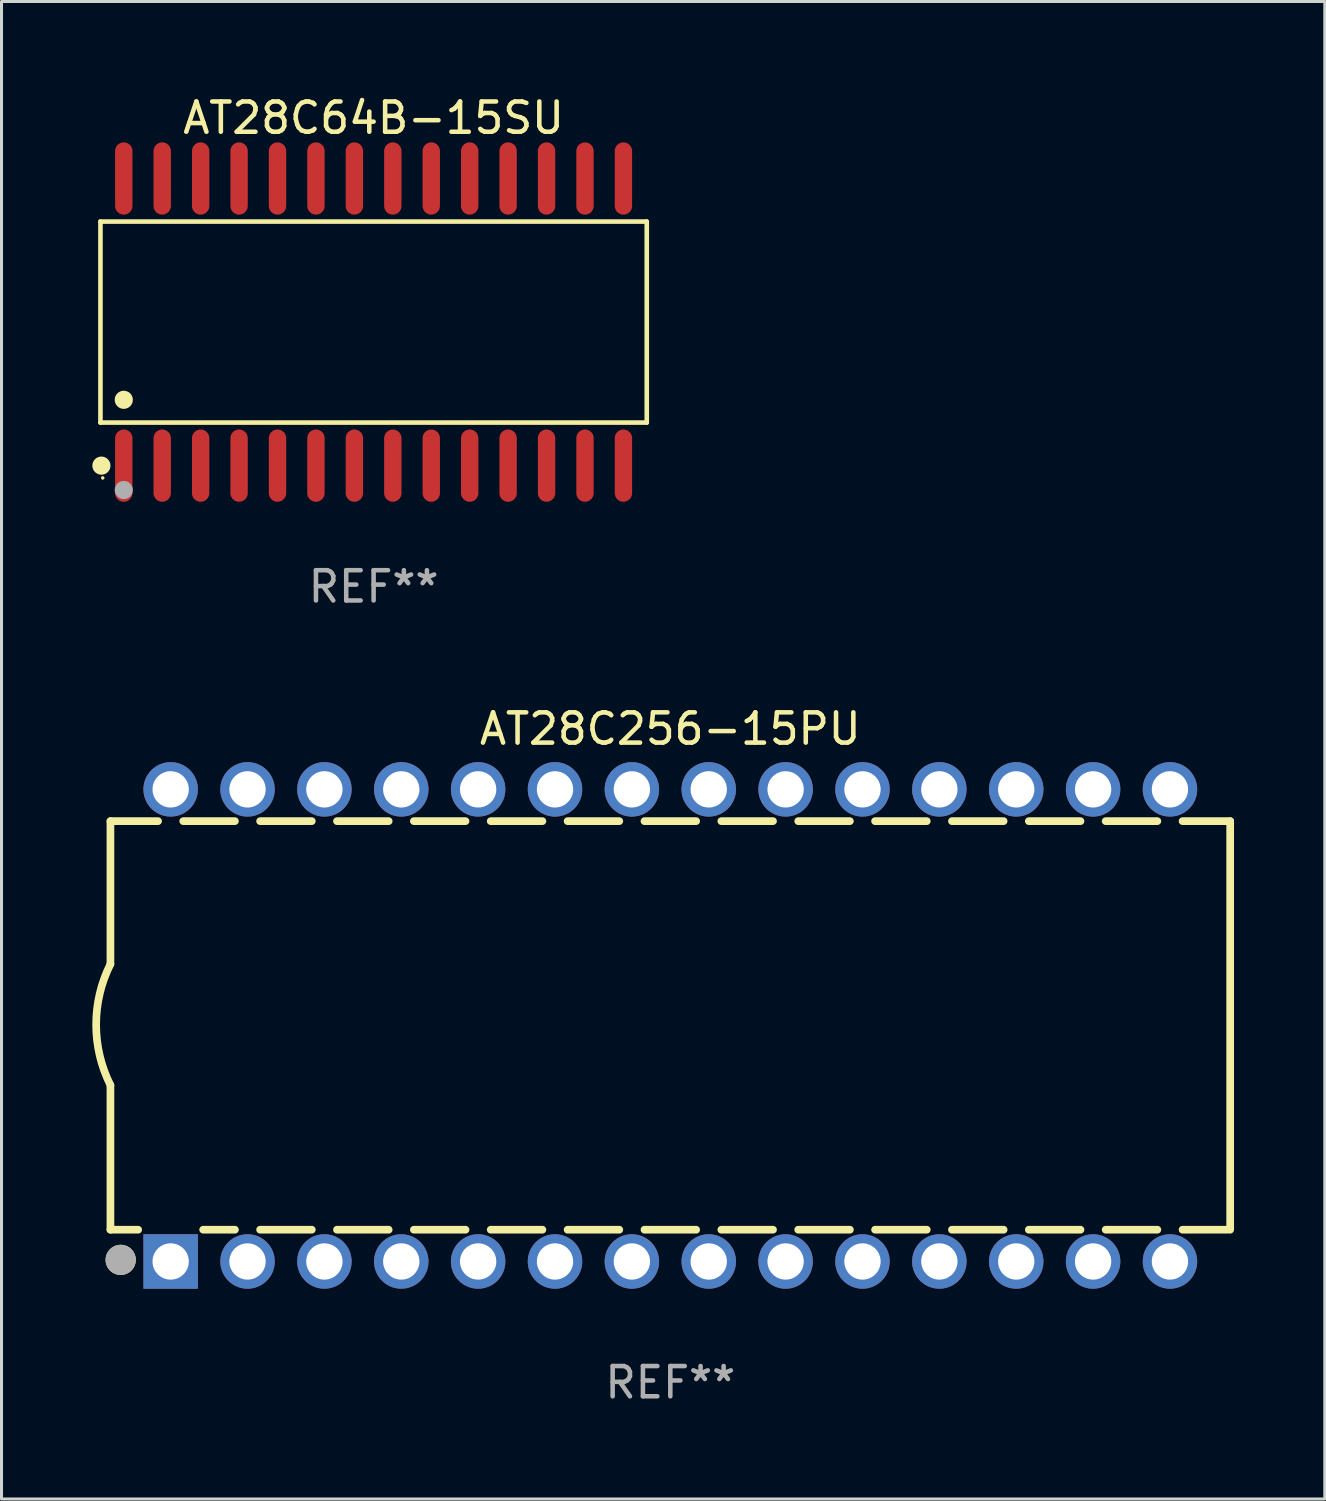
<source format=kicad_pcb>
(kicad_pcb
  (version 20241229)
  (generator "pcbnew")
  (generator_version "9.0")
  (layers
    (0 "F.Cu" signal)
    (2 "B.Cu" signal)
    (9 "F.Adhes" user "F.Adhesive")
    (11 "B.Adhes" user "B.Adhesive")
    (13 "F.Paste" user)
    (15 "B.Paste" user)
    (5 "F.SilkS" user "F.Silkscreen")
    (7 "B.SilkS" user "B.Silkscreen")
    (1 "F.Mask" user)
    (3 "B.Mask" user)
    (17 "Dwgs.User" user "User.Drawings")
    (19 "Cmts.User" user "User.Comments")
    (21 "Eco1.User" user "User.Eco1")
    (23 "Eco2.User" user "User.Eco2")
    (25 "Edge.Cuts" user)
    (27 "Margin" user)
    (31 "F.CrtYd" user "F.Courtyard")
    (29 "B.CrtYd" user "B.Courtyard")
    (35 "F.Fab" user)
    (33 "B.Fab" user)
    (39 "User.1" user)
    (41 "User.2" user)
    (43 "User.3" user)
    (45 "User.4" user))
  (footprint "AT28C64B-15SU"
    (layer "F.Cu")
    (at 9.295 7.592)
    (property "Reference" "AT28C64B-15SU" (at 0 -6.744 0) (layer "F.SilkS") (effects (font (size 1 1) (thickness 0.15))))
    (attr through_hole)
    (fp_line (start -9.026 -3.321) (end 9.026 -3.321) (stroke (width 0.152) (type solid)) (layer "F.SilkS"))
    (fp_line (start -9.026 3.321) (end -9.026 -3.321) (stroke (width 0.152) (type solid)) (layer "F.SilkS"))
    (fp_line (start 9.026 -3.321) (end 9.026 3.321) (stroke (width 0.152) (type solid)) (layer "F.SilkS"))
    (fp_line (start 9.026 3.321) (end -9.026 3.321) (stroke (width 0.152) (type solid)) (layer "F.SilkS"))
    (fp_circle (center -8.994 4.744) (end -8.844 4.744) (stroke (width 0.3) (type solid)) (fill no) (layer "F.SilkS"))
    (fp_circle (center -8.95 5.15) (end -8.92 5.15) (stroke (width 0.06) (type solid)) (fill no) (layer "F.SilkS"))
    (fp_circle (center -8.255 2.569) (end -8.105 2.569) (stroke (width 0.3) (type solid)) (fill no) (layer "F.SilkS"))
    (fp_circle (center -8.255 5.55) (end -8.105 5.55) (stroke (width 0.3) (type solid)) (fill no) (layer "F.Fab"))
    (fp_text user "REF**" (at 0 8.744 0) (layer "F.Fab") (effects (font (size 1 1) (thickness 0.15))))
    (pad "1" smd oval (at -8.255 4.744) (size 0.574 2.388) (layers "F.Cu" "F.Mask" "F.Paste"))
    (pad "2" smd oval (at -6.985 4.744) (size 0.574 2.388) (layers "F.Cu" "F.Mask" "F.Paste"))
    (pad "3" smd oval (at -5.715 4.744) (size 0.574 2.388) (layers "F.Cu" "F.Mask" "F.Paste"))
    (pad "4" smd oval (at -4.445 4.744) (size 0.574 2.388) (layers "F.Cu" "F.Mask" "F.Paste"))
    (pad "5" smd oval (at -3.175 4.744) (size 0.574 2.388) (layers "F.Cu" "F.Mask" "F.Paste"))
    (pad "6" smd oval (at -1.905 4.744) (size 0.574 2.388) (layers "F.Cu" "F.Mask" "F.Paste"))
    (pad "7" smd oval (at -0.635 4.744) (size 0.574 2.388) (layers "F.Cu" "F.Mask" "F.Paste"))
    (pad "8" smd oval (at 0.635 4.744) (size 0.574 2.388) (layers "F.Cu" "F.Mask" "F.Paste"))
    (pad "9" smd oval (at 1.905 4.744) (size 0.574 2.388) (layers "F.Cu" "F.Mask" "F.Paste"))
    (pad "10" smd oval (at 3.175 4.744) (size 0.574 2.388) (layers "F.Cu" "F.Mask" "F.Paste"))
    (pad "11" smd oval (at 4.445 4.744) (size 0.574 2.388) (layers "F.Cu" "F.Mask" "F.Paste"))
    (pad "12" smd oval (at 5.715 4.744) (size 0.574 2.388) (layers "F.Cu" "F.Mask" "F.Paste"))
    (pad "13" smd oval (at 6.985 4.744) (size 0.574 2.388) (layers "F.Cu" "F.Mask" "F.Paste"))
    (pad "14" smd oval (at 8.255 4.744) (size 0.574 2.388) (layers "F.Cu" "F.Mask" "F.Paste"))
    (pad "15" smd oval (at 8.255 -4.744) (size 0.574 2.388) (layers "F.Cu" "F.Mask" "F.Paste"))
    (pad "16" smd oval (at 6.985 -4.744) (size 0.574 2.388) (layers "F.Cu" "F.Mask" "F.Paste"))
    (pad "17" smd oval (at 5.715 -4.744) (size 0.574 2.388) (layers "F.Cu" "F.Mask" "F.Paste"))
    (pad "18" smd oval (at 4.445 -4.744) (size 0.574 2.388) (layers "F.Cu" "F.Mask" "F.Paste"))
    (pad "19" smd oval (at 3.175 -4.744) (size 0.574 2.388) (layers "F.Cu" "F.Mask" "F.Paste"))
    (pad "20" smd oval (at 1.905 -4.744) (size 0.574 2.388) (layers "F.Cu" "F.Mask" "F.Paste"))
    (pad "21" smd oval (at 0.635 -4.744) (size 0.574 2.388) (layers "F.Cu" "F.Mask" "F.Paste"))
    (pad "22" smd oval (at -0.635 -4.744) (size 0.574 2.388) (layers "F.Cu" "F.Mask" "F.Paste"))
    (pad "23" smd oval (at -1.905 -4.744) (size 0.574 2.388) (layers "F.Cu" "F.Mask" "F.Paste"))
    (pad "24" smd oval (at -3.175 -4.744) (size 0.574 2.388) (layers "F.Cu" "F.Mask" "F.Paste"))
    (pad "25" smd oval (at -4.445 -4.744) (size 0.574 2.388) (layers "F.Cu" "F.Mask" "F.Paste"))
    (pad "26" smd oval (at -5.715 -4.744) (size 0.574 2.388) (layers "F.Cu" "F.Mask" "F.Paste"))
    (pad "27" smd oval (at -6.985 -4.744) (size 0.574 2.388) (layers "F.Cu" "F.Mask" "F.Paste"))
    (pad "28" smd oval (at -8.255 -4.744) (size 0.574 2.388) (layers "F.Cu" "F.Mask" "F.Paste")))
  (footprint "AT28C256-15PU"
    (layer "F.Cu")
    (at 19.099 30.833)
    (property "Reference" "AT28C256-15PU" (at 0 -9.8 0) (layer "F.SilkS") (effects (font (size 1 1) (thickness 0.15))))
    (attr through_hole)
    (fp_line (start -18.5 -6.75) (end -18.5 -2.026) (stroke (width 0.254) (type solid)) (layer "F.SilkS"))
    (fp_line (start -18.5 -6.75) (end -16.926 -6.75) (stroke (width 0.254) (type solid)) (layer "F.SilkS"))
    (fp_line (start -18.5 6.75) (end -18.5 1.974) (stroke (width 0.254) (type solid)) (layer "F.SilkS"))
    (fp_line (start -18.5 6.75) (end -17.584 6.75) (stroke (width 0.254) (type solid)) (layer "F.SilkS"))
    (fp_line (start -16.094 -6.75) (end -14.386 -6.75) (stroke (width 0.254) (type solid)) (layer "F.SilkS"))
    (fp_line (start -15.436 6.75) (end -14.386 6.75) (stroke (width 0.254) (type solid)) (layer "F.SilkS"))
    (fp_line (start -13.554 -6.75) (end -11.846 -6.75) (stroke (width 0.254) (type solid)) (layer "F.SilkS"))
    (fp_line (start -13.554 6.75) (end -11.846 6.75) (stroke (width 0.254) (type solid)) (layer "F.SilkS"))
    (fp_line (start -11.014 -6.75) (end -9.306 -6.75) (stroke (width 0.254) (type solid)) (layer "F.SilkS"))
    (fp_line (start -11.014 6.75) (end -9.306 6.75) (stroke (width 0.254) (type solid)) (layer "F.SilkS"))
    (fp_line (start -8.474 -6.75) (end -6.766 -6.75) (stroke (width 0.254) (type solid)) (layer "F.SilkS"))
    (fp_line (start -8.474 6.75) (end -6.766 6.75) (stroke (width 0.254) (type solid)) (layer "F.SilkS"))
    (fp_line (start -5.934 -6.75) (end -4.226 -6.75) (stroke (width 0.254) (type solid)) (layer "F.SilkS"))
    (fp_line (start -5.934 6.75) (end -4.226 6.75) (stroke (width 0.254) (type solid)) (layer "F.SilkS"))
    (fp_line (start -3.394 -6.75) (end -1.686 -6.75) (stroke (width 0.254) (type solid)) (layer "F.SilkS"))
    (fp_line (start -3.394 6.75) (end -1.686 6.75) (stroke (width 0.254) (type solid)) (layer "F.SilkS"))
    (fp_line (start -0.854 -6.75) (end 0.854 -6.75) (stroke (width 0.254) (type solid)) (layer "F.SilkS"))
    (fp_line (start -0.854 6.75) (end 0.854 6.75) (stroke (width 0.254) (type solid)) (layer "F.SilkS"))
    (fp_line (start 1.686 -6.75) (end 3.394 -6.75) (stroke (width 0.254) (type solid)) (layer "F.SilkS"))
    (fp_line (start 1.686 6.75) (end 3.394 6.75) (stroke (width 0.254) (type solid)) (layer "F.SilkS"))
    (fp_line (start 4.226 -6.75) (end 5.934 -6.75) (stroke (width 0.254) (type solid)) (layer "F.SilkS"))
    (fp_line (start 4.226 6.75) (end 5.934 6.75) (stroke (width 0.254) (type solid)) (layer "F.SilkS"))
    (fp_line (start 6.766 -6.75) (end 8.474 -6.75) (stroke (width 0.254) (type solid)) (layer "F.SilkS"))
    (fp_line (start 6.766 6.75) (end 8.474 6.75) (stroke (width 0.254) (type solid)) (layer "F.SilkS"))
    (fp_line (start 9.306 -6.75) (end 11.014 -6.75) (stroke (width 0.254) (type solid)) (layer "F.SilkS"))
    (fp_line (start 9.306 6.75) (end 11.014 6.75) (stroke (width 0.254) (type solid)) (layer "F.SilkS"))
    (fp_line (start 11.846 -6.75) (end 13.554 -6.75) (stroke (width 0.254) (type solid)) (layer "F.SilkS"))
    (fp_line (start 11.846 6.75) (end 13.554 6.75) (stroke (width 0.254) (type solid)) (layer "F.SilkS"))
    (fp_line (start 14.386 -6.75) (end 16.094 -6.75) (stroke (width 0.254) (type solid)) (layer "F.SilkS"))
    (fp_line (start 14.386 6.75) (end 16.094 6.75) (stroke (width 0.254) (type solid)) (layer "F.SilkS"))
    (fp_line (start 16.926 -6.75) (end 18.5 -6.75) (stroke (width 0.254) (type solid)) (layer "F.SilkS"))
    (fp_line (start 16.926 6.75) (end 18.415 6.75) (stroke (width 0.254) (type solid)) (layer "F.SilkS"))
    (fp_line (start 18.5 6.75) (end 18.5 -6.75) (stroke (width 0.254) (type solid)) (layer "F.SilkS"))
    (fp_arc (start -18.500051 1.974384) (mid -18.972187 -0.025616) (end -18.500051 -2.025616) (stroke (width 0.254001) (type solid)) (layer "F.SilkS"))
    (fp_circle (center -18.5 7.8) (end -18.47 7.8) (stroke (width 0.06) (type solid)) (fill no) (layer "F.SilkS"))
    (fp_circle (center -18.161 7.747) (end -17.911 7.747) (stroke (width 0.5) (type solid)) (fill no) (layer "F.SilkS"))
    (fp_circle (center -18.161 7.747) (end -17.911 7.747) (stroke (width 0.5) (type solid)) (fill no) (layer "F.Fab"))
    (fp_text user "REF**" (at 0 11.8 0) (layer "F.Fab") (effects (font (size 1 1) (thickness 0.15))))
    (pad "1" thru_hole rect (at -16.51 7.8) (size 1.8 1.8) (drill 1.2) (layers "*.Cu" "*.Mask"))
    (pad "2" thru_hole circle (at -13.97 7.8) (size 1.8 1.8) (drill 1.2) (layers "*.Cu" "*.Mask"))
    (pad "3" thru_hole circle (at -11.43 7.8) (size 1.8 1.8) (drill 1.2) (layers "*.Cu" "*.Mask"))
    (pad "4" thru_hole circle (at -8.89 7.8) (size 1.8 1.8) (drill 1.2) (layers "*.Cu" "*.Mask"))
    (pad "5" thru_hole circle (at -6.35 7.8) (size 1.8 1.8) (drill 1.2) (layers "*.Cu" "*.Mask"))
    (pad "6" thru_hole circle (at -3.81 7.8) (size 1.8 1.8) (drill 1.2) (layers "*.Cu" "*.Mask"))
    (pad "7" thru_hole circle (at -1.27 7.8) (size 1.8 1.8) (drill 1.2) (layers "*.Cu" "*.Mask"))
    (pad "8" thru_hole circle (at 1.27 7.8) (size 1.8 1.8) (drill 1.2) (layers "*.Cu" "*.Mask"))
    (pad "9" thru_hole circle (at 3.81 7.8) (size 1.8 1.8) (drill 1.2) (layers "*.Cu" "*.Mask"))
    (pad "10" thru_hole circle (at 6.35 7.8) (size 1.8 1.8) (drill 1.2) (layers "*.Cu" "*.Mask"))
    (pad "11" thru_hole circle (at 8.89 7.8) (size 1.8 1.8) (drill 1.2) (layers "*.Cu" "*.Mask"))
    (pad "12" thru_hole circle (at 11.43 7.8) (size 1.8 1.8) (drill 1.2) (layers "*.Cu" "*.Mask"))
    (pad "13" thru_hole circle (at 13.97 7.8) (size 1.8 1.8) (drill 1.2) (layers "*.Cu" "*.Mask"))
    (pad "14" thru_hole circle (at 16.51 7.8) (size 1.8 1.8) (drill 1.2) (layers "*.Cu" "*.Mask"))
    (pad "15" thru_hole circle (at 16.51 -7.8) (size 1.8 1.8) (drill 1.2) (layers "*.Cu" "*.Mask"))
    (pad "16" thru_hole circle (at 13.97 -7.8) (size 1.8 1.8) (drill 1.2) (layers "*.Cu" "*.Mask"))
    (pad "17" thru_hole circle (at 11.43 -7.8) (size 1.8 1.8) (drill 1.2) (layers "*.Cu" "*.Mask"))
    (pad "18" thru_hole circle (at 8.89 -7.8) (size 1.8 1.8) (drill 1.2) (layers "*.Cu" "*.Mask"))
    (pad "19" thru_hole circle (at 6.35 -7.8) (size 1.8 1.8) (drill 1.2) (layers "*.Cu" "*.Mask"))
    (pad "20" thru_hole circle (at 3.81 -7.8) (size 1.8 1.8) (drill 1.2) (layers "*.Cu" "*.Mask"))
    (pad "21" thru_hole circle (at 1.27 -7.8) (size 1.8 1.8) (drill 1.2) (layers "*.Cu" "*.Mask"))
    (pad "22" thru_hole circle (at -1.27 -7.8) (size 1.8 1.8) (drill 1.2) (layers "*.Cu" "*.Mask"))
    (pad "23" thru_hole circle (at -3.81 -7.8) (size 1.8 1.8) (drill 1.2) (layers "*.Cu" "*.Mask"))
    (pad "24" thru_hole circle (at -6.35 -7.8) (size 1.8 1.8) (drill 1.2) (layers "*.Cu" "*.Mask"))
    (pad "25" thru_hole circle (at -8.89 -7.8) (size 1.8 1.8) (drill 1.2) (layers "*.Cu" "*.Mask"))
    (pad "26" thru_hole circle (at -11.43 -7.8) (size 1.8 1.8) (drill 1.2) (layers "*.Cu" "*.Mask"))
    (pad "27" thru_hole circle (at -13.97 -7.8) (size 1.8 1.8) (drill 1.2) (layers "*.Cu" "*.Mask"))
    (pad "28" thru_hole circle (at -16.51 -7.8) (size 1.8 1.8) (drill 1.2) (layers "*.Cu" "*.Mask")))
  (gr_rect
    (start -3 -3)
    (end 40.726 46.481)
    (stroke (width 0.1) (type default))
    (fill no)
    (layer "Edge.Cuts")))
</source>
